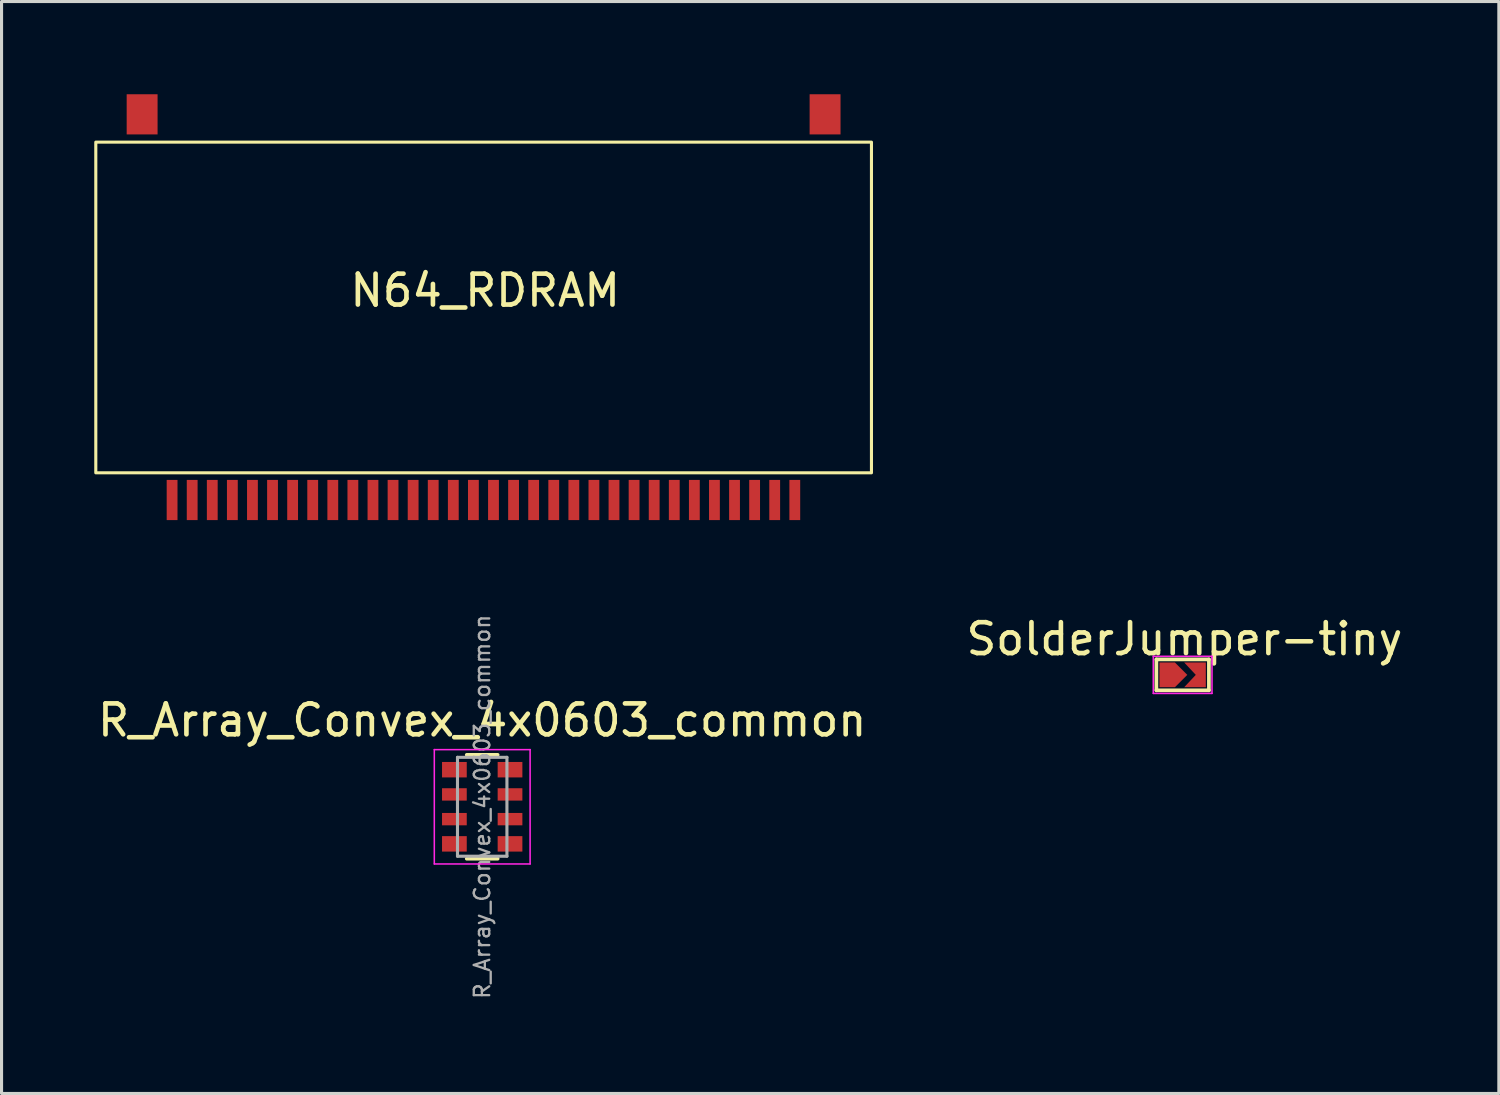
<source format=kicad_pcb>
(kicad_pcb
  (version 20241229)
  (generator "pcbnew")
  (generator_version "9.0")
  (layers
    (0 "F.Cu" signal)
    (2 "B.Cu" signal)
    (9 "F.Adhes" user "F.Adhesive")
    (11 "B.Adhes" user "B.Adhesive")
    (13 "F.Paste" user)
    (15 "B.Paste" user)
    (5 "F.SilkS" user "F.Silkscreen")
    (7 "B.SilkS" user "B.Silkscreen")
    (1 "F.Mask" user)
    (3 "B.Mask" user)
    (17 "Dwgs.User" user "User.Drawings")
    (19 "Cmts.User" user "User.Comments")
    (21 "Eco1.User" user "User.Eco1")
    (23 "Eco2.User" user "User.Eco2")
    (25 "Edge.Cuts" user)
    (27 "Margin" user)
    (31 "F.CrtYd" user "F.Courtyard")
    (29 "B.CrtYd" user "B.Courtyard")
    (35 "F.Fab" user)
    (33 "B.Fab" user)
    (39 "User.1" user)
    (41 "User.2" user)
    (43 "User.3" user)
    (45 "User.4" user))
  (footprint "SolderJumper-tiny"
    (layer "F.Cu")
    (at 35.27 18.788)
    (property "Reference" "SolderJumper-tiny" (at 0.01 -1.16 180) (layer "F.SilkS") (effects (font (size 1 1) (thickness 0.15))))
    (attr exclude_from_pos_files exclude_from_bom)
    (fp_poly (pts (xy -0.775 -0.375) (xy -0.125 -0.375) (xy 0.25 0) (xy -0.15 0.375) (xy -0.775 0.375)) (stroke (width 0.05) (type solid)) (fill yes) (layer "F.Mask"))
    (fp_poly (pts (xy 0.675 -0.375) (xy -0.125 -0.375) (xy 0.25 0) (xy -0.15 0.375) (xy 0.675 0.375)) (stroke (width 0.05) (type solid)) (fill yes) (layer "F.Mask"))
    (fp_line (start -0.9 -0.5) (end -0.9 0.5) (stroke (width 0.12) (type solid)) (layer "F.SilkS"))
    (fp_line (start -0.9 0.5) (end 0.8 0.5) (stroke (width 0.12) (type solid)) (layer "F.SilkS"))
    (fp_line (start 0.8 -0.5) (end -0.9 -0.5) (stroke (width 0.12) (type solid)) (layer "F.SilkS"))
    (fp_line (start 0.8 0.5) (end 0.8 -0.5) (stroke (width 0.12) (type solid)) (layer "F.SilkS"))
    (fp_line (start -1 0.6) (end -1 -0.6) (stroke (width 0.05) (type solid)) (layer "F.CrtYd"))
    (fp_line (start -1 0.6) (end 0.9 0.6) (stroke (width 0.05) (type solid)) (layer "F.CrtYd"))
    (fp_line (start 0.9 -0.6) (end -1 -0.6) (stroke (width 0.05) (type solid)) (layer "F.CrtYd"))
    (fp_line (start 0.9 -0.6) (end 0.9 0.6) (stroke (width 0.05) (type solid)) (layer "F.CrtYd"))
    (pad "1" smd custom (at -0.6 0) (size 0.3 0.3) (layers "F.Cu" "F.Mask") (options (anchor rect)) (primitives (gr_poly (pts (xy 0.7 0) (xy 0.3 0.4) (xy -0.2 0.4) (xy -0.2 -0.4) (xy 0.3 -0.4)) (width 0) (fill yes))))
    (pad "2" smd custom (at 0.525 0) (size 0.3 0.3) (layers "F.Cu" "F.Mask") (options (anchor rect)) (primitives (gr_poly (pts (xy 0.175 0.4) (xy -0.525 0.4) (xy -0.15 0) (xy -0.525 -0.4) (xy 0.175 -0.4)) (width 0) (fill yes)))))
  (footprint "R_Array_Convex_4x0603_common"
    (layer "F.Cu")
    (at 12.554 23.057)
    (property "Reference" "R_Array_Convex_4x0603_common" (at 0 -2.8 0) (layer "F.SilkS") (effects (font (size 1 1) (thickness 0.15))))
    (attr smd)
    (fp_line (start -0.5 -1.68) (end 0.5 -1.68) (stroke (width 0.12) (type solid)) (layer "F.SilkS"))
    (fp_line (start -0.5 1.68) (end 0.5 1.68) (stroke (width 0.12) (type solid)) (layer "F.SilkS"))
    (fp_line (start -1.55 1.85) (end -1.55 -1.85) (stroke (width 0.05) (type solid)) (layer "F.CrtYd"))
    (fp_line (start -1.55 1.85) (end 1.55 1.85) (stroke (width 0.05) (type solid)) (layer "F.CrtYd"))
    (fp_line (start 1.55 -1.85) (end -1.55 -1.85) (stroke (width 0.05) (type solid)) (layer "F.CrtYd"))
    (fp_line (start 1.55 -1.85) (end 1.55 1.85) (stroke (width 0.05) (type solid)) (layer "F.CrtYd"))
    (fp_line (start -0.8 -1.6) (end -0.8 1.6) (stroke (width 0.1) (type solid)) (layer "F.Fab"))
    (fp_line (start -0.8 1.6) (end 0.8 1.6) (stroke (width 0.1) (type solid)) (layer "F.Fab"))
    (fp_line (start 0.8 -1.6) (end -0.8 -1.6) (stroke (width 0.1) (type solid)) (layer "F.Fab"))
    (fp_line (start 0.8 1.6) (end 0.8 -1.6) (stroke (width 0.1) (type solid)) (layer "F.Fab"))
    (fp_text user "${REFERENCE}" (at 0 0 270) (layer "F.Fab") (effects (font (size 0.5 0.5) (thickness 0.075))))
    (pad "1" smd rect (at -0.9 -1.2) (size 0.8 0.5) (layers "F.Cu" "F.Mask" "F.Paste"))
    (pad "1" smd rect (at -0.9 -0.4) (size 0.8 0.4) (layers "F.Cu" "F.Mask" "F.Paste"))
    (pad "1" smd rect (at -0.9 0.4) (size 0.8 0.4) (layers "F.Cu" "F.Mask" "F.Paste"))
    (pad "1" smd rect (at -0.9 1.2) (size 0.8 0.5) (layers "F.Cu" "F.Mask" "F.Paste"))
    (pad "2" smd rect (at 0.9 -1.2) (size 0.8 0.5) (layers "F.Cu" "F.Mask" "F.Paste"))
    (pad "3" smd rect (at 0.9 -0.4) (size 0.8 0.4) (layers "F.Cu" "F.Mask" "F.Paste"))
    (pad "4" smd rect (at 0.9 0.4) (size 0.8 0.4) (layers "F.Cu" "F.Mask" "F.Paste"))
    (pad "5" smd rect (at 0.9 1.2) (size 0.8 0.5) (layers "F.Cu" "F.Mask" "F.Paste")))
  (footprint "N64_RDRAM"
    (layer "F.Cu")
    (at 12.65 6.85)
    (property "Reference" "N64_RDRAM" (at 0 -0.5 0) (unlocked yes) (layer "F.SilkS") (effects (font (size 1 1) (thickness 0.15))))
    (attr smd exclude_from_pos_files)
    (fp_rect (start -12.6 -5.3) (end 12.5 5.4) (stroke (width 0.1) (type default)) (fill no) (layer "F.SilkS"))
    (pad "1" smd rect (at -10.131 6.28) (size 0.35 1.3) (layers "F.Cu" "F.Mask" "F.Paste"))
    (pad "2" smd rect (at -11.101 -6.2) (size 1 1.3) (layers "F.Cu" "F.Mask" "F.Paste"))
    (pad "2" smd rect (at -9.481 6.28) (size 0.35 1.3) (layers "F.Cu" "F.Mask" "F.Paste"))
    (pad "2" smd rect (at 10.999 -6.2) (size 1 1.3) (layers "F.Cu" "F.Mask" "F.Paste"))
    (pad "3" smd rect (at -8.831 6.28) (size 0.35 1.3) (layers "F.Cu" "F.Mask" "F.Paste"))
    (pad "4" smd rect (at -8.181 6.28) (size 0.35 1.3) (layers "F.Cu" "F.Mask" "F.Paste"))
    (pad "5" smd rect (at -7.531 6.28) (size 0.35 1.3) (layers "F.Cu" "F.Mask" "F.Paste"))
    (pad "6" smd rect (at -6.881 6.28) (size 0.35 1.3) (layers "F.Cu" "F.Mask" "F.Paste"))
    (pad "7" smd rect (at -6.231 6.28) (size 0.35 1.3) (layers "F.Cu" "F.Mask" "F.Paste"))
    (pad "8" smd rect (at -5.581 6.28) (size 0.35 1.3) (layers "F.Cu" "F.Mask" "F.Paste"))
    (pad "9" smd rect (at -4.931 6.28) (size 0.35 1.3) (layers "F.Cu" "F.Mask" "F.Paste"))
    (pad "10" smd rect (at -4.281 6.28) (size 0.35 1.3) (layers "F.Cu" "F.Mask" "F.Paste"))
    (pad "11" smd rect (at -3.631 6.28) (size 0.35 1.3) (layers "F.Cu" "F.Mask" "F.Paste"))
    (pad "12" smd rect (at -2.981 6.28) (size 0.35 1.3) (layers "F.Cu" "F.Mask" "F.Paste"))
    (pad "13" smd rect (at -2.331 6.28) (size 0.35 1.3) (layers "F.Cu" "F.Mask" "F.Paste"))
    (pad "14" smd rect (at -1.681 6.28) (size 0.35 1.3) (layers "F.Cu" "F.Mask" "F.Paste"))
    (pad "15" smd rect (at -1.031 6.28) (size 0.35 1.3) (layers "F.Cu" "F.Mask" "F.Paste"))
    (pad "16" smd rect (at -0.381 6.28) (size 0.35 1.3) (layers "F.Cu" "F.Mask" "F.Paste"))
    (pad "17" smd rect (at 0.269 6.28) (size 0.35 1.3) (layers "F.Cu" "F.Mask" "F.Paste"))
    (pad "18" smd rect (at 0.919 6.28) (size 0.35 1.3) (layers "F.Cu" "F.Mask" "F.Paste"))
    (pad "19" smd rect (at 1.569 6.28) (size 0.35 1.3) (layers "F.Cu" "F.Mask" "F.Paste"))
    (pad "20" smd rect (at 2.219 6.28) (size 0.35 1.3) (layers "F.Cu" "F.Mask" "F.Paste"))
    (pad "21" smd rect (at 2.869 6.28) (size 0.35 1.3) (layers "F.Cu" "F.Mask" "F.Paste"))
    (pad "22" smd rect (at 3.519 6.28) (size 0.35 1.3) (layers "F.Cu" "F.Mask" "F.Paste"))
    (pad "23" smd rect (at 4.169 6.28) (size 0.35 1.3) (layers "F.Cu" "F.Mask" "F.Paste"))
    (pad "24" smd rect (at 4.819 6.28) (size 0.35 1.3) (layers "F.Cu" "F.Mask" "F.Paste"))
    (pad "25" smd rect (at 5.469 6.28) (size 0.35 1.3) (layers "F.Cu" "F.Mask" "F.Paste"))
    (pad "26" smd rect (at 6.119 6.28) (size 0.35 1.3) (layers "F.Cu" "F.Mask" "F.Paste"))
    (pad "27" smd rect (at 6.769 6.28) (size 0.35 1.3) (layers "F.Cu" "F.Mask" "F.Paste"))
    (pad "28" smd rect (at 7.419 6.28) (size 0.35 1.3) (layers "F.Cu" "F.Mask" "F.Paste"))
    (pad "29" smd rect (at 8.069 6.28) (size 0.35 1.3) (layers "F.Cu" "F.Mask" "F.Paste"))
    (pad "30" smd rect (at 8.719 6.28) (size 0.35 1.3) (layers "F.Cu" "F.Mask" "F.Paste"))
    (pad "31" smd rect (at 9.369 6.28) (size 0.35 1.3) (layers "F.Cu" "F.Mask" "F.Paste"))
    (pad "32" smd rect (at 10.019 6.28) (size 0.35 1.3) (layers "F.Cu" "F.Mask" "F.Paste")))
  (gr_rect
    (start -3 -3)
    (end 45.452 32.334)
    (stroke (width 0.1) (type default))
    (fill no)
    (layer "Edge.Cuts")))
</source>
